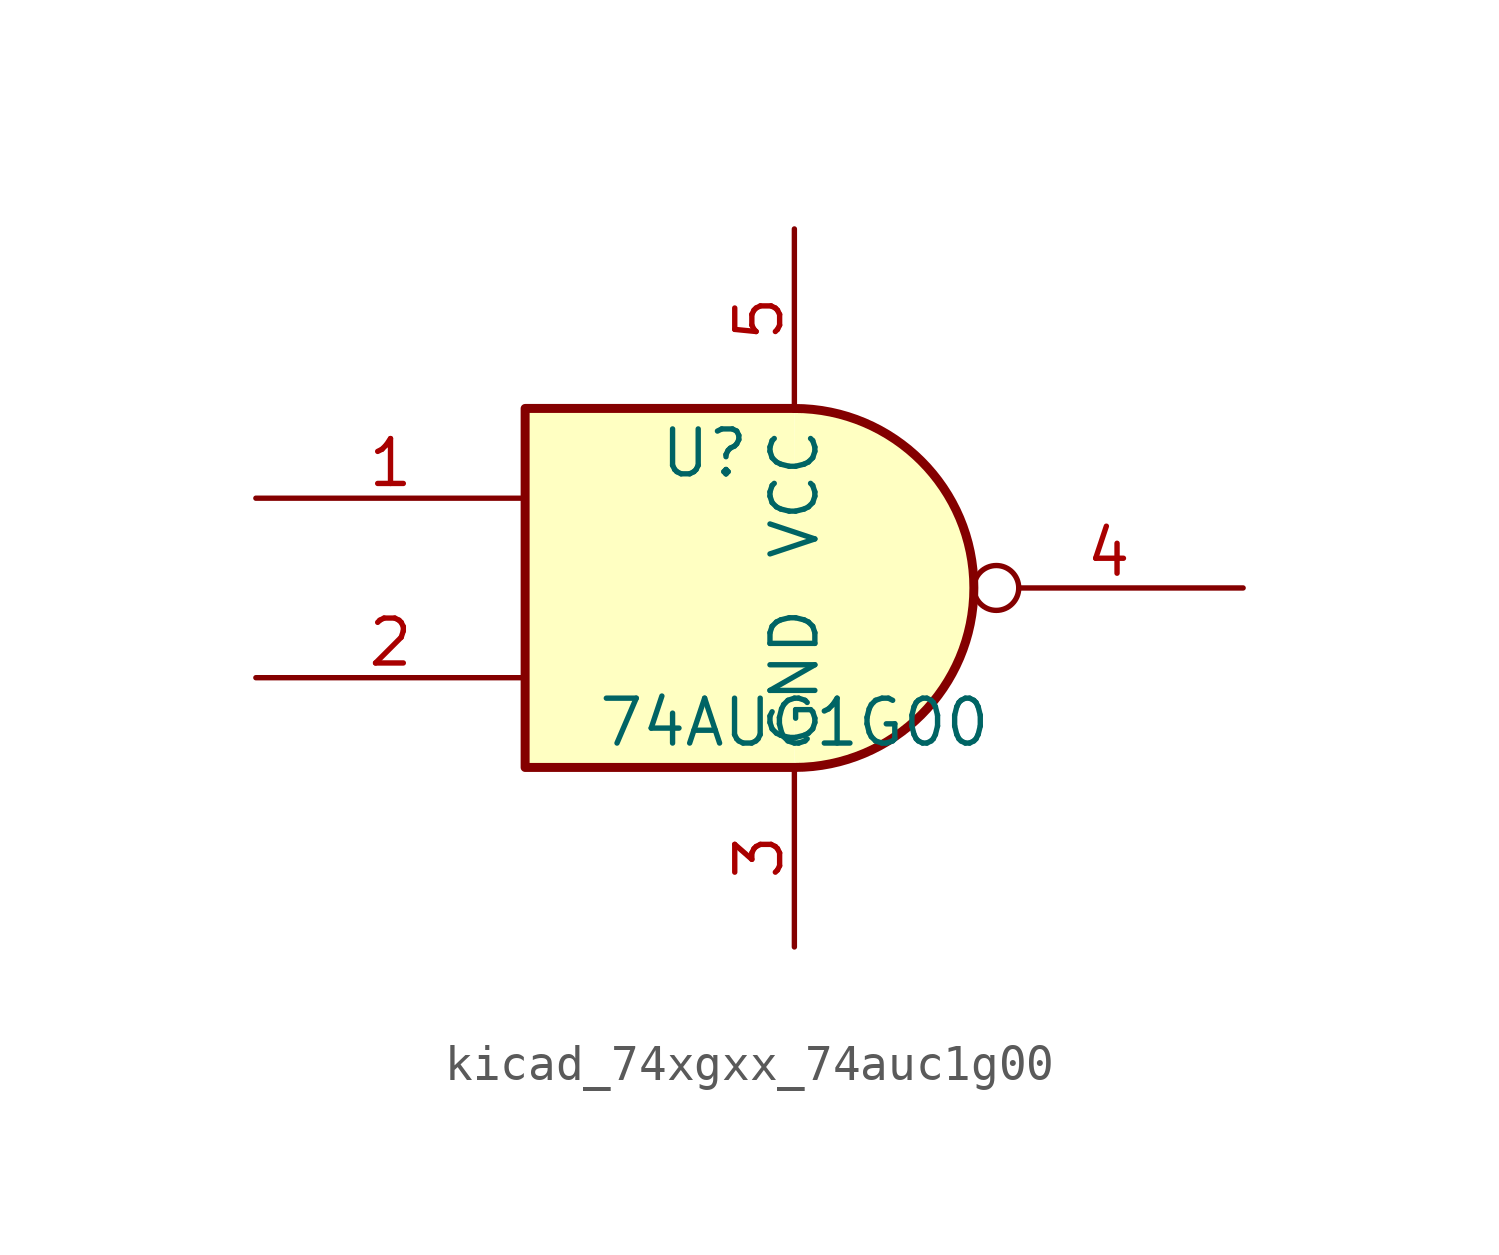
<source format=kicad_sym>
(kicad_symbol_lib
  (version 20220914)
  (generator kicad_symbol_editor)
  (symbol "kicad_74xgxx_74auc1g00"
    (property "Reference" "U"
      (at -2.54 3.81 0)
      (effects (font (size 1.27 1.27))))
    (property "Value" "74AUC1G00"
      (at 0 -3.81 0)
      (effects (font (size 1.27 1.27))))
    (symbol "kicad_74xgxx_74auc1g00_0_1"
      (arc (start 0 -5.08) (mid 5.0579 0) (end 0 5.08) (stroke (width 0.254) (type default)) (fill (type background)))
      (polyline (pts (xy 0 -5.08) (xy -7.62 -5.08) (xy -7.62 5.08) (xy 0 5.08)) (stroke (width 0.254) (type default)) (fill (type background))))
    (symbol "kicad_74xgxx_74auc1g00_1_1"
      (pin input line (at -15.24 2.54 0) (length 7.62) (name "~" (effects (font (size 1.27 1.27)))) (number "1" (effects (font (size 1.27 1.27)))))
      (pin input line (at -15.24 -2.54 0) (length 7.62) (name "~" (effects (font (size 1.27 1.27)))) (number "2" (effects (font (size 1.27 1.27)))))
      (pin power_in line (at 0 -10.16 90) (length 5.08) (name "GND" (effects (font (size 1.27 1.27)))) (number "3" (effects (font (size 1.27 1.27)))))
      (pin output inverted (at 12.7 0 180) (length 7.62) (name "~" (effects (font (size 1.27 1.27)))) (number "4" (effects (font (size 1.27 1.27)))))
      (pin power_in line (at 0 10.16 270) (length 5.08) (name "VCC" (effects (font (size 1.27 1.27)))) (number "5" (effects (font (size 1.27 1.27))))))))
</source>
